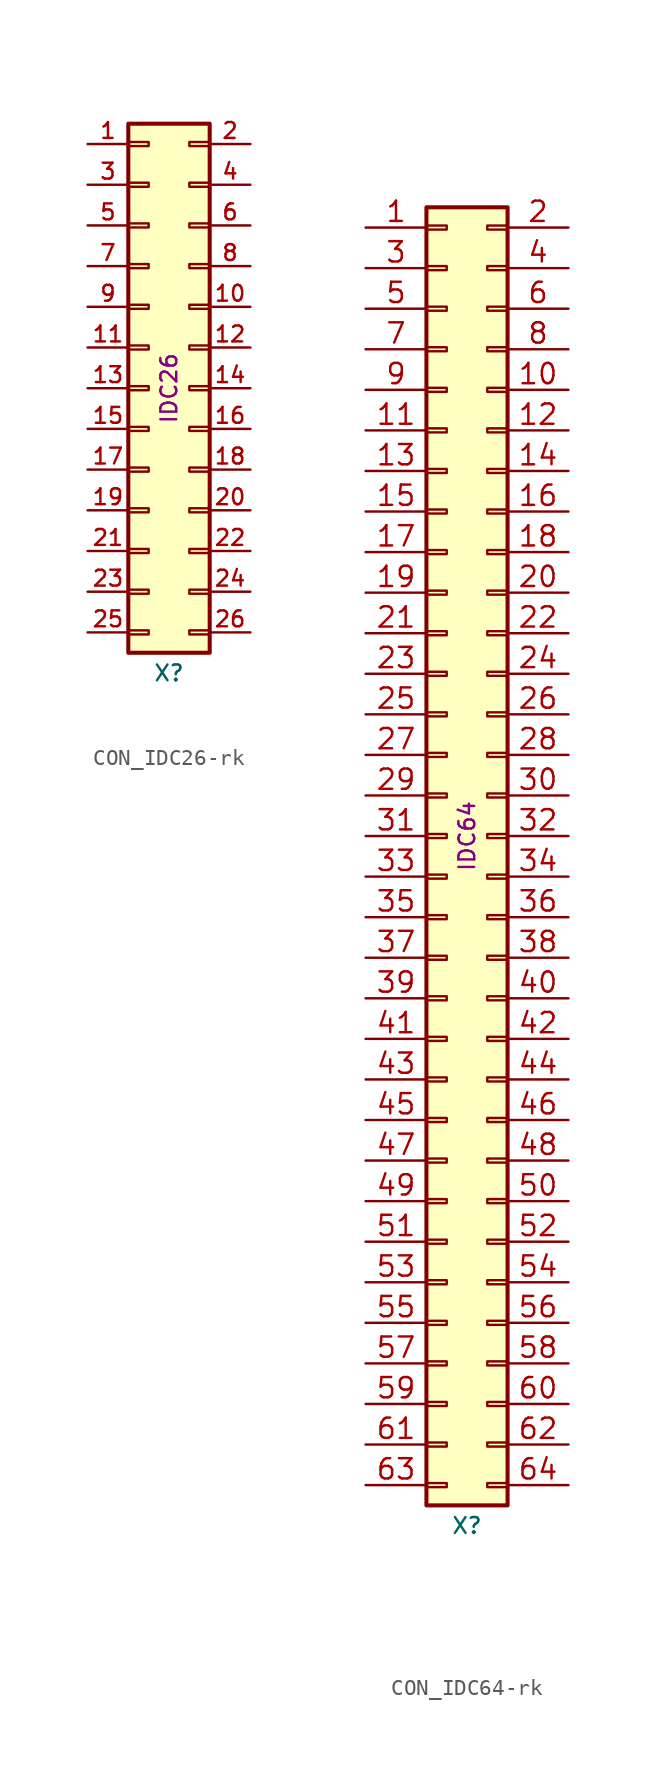
<source format=kicad_sym>
(kicad_symbol_lib
  (version 20211014)
  (generator kicad_symbol_editor)
  (symbol "CON_IDC26-rk"
    (pin_names
      (offset 1.016) hide)
    (property "Reference" "X"
      (at 0 -17.78 0)
      (effects (font (size 0.991 0.991))))
    (property "Value1" "IDC26"
      (at 0 0 90)
      (effects (font (size 0.991 0.991))))
    (symbol "CON_IDC26-rk_1_1"
      (rectangle (start -2.54 -15.113) (end -1.27 -15.367) (stroke (width 0.152) (type default) (color 0 0 0 0)) (fill (type none)))
      (rectangle (start -2.54 -12.573) (end -1.27 -12.827) (stroke (width 0.152) (type default) (color 0 0 0 0)) (fill (type none)))
      (rectangle (start -2.54 -10.033) (end -1.27 -10.287) (stroke (width 0.152) (type default) (color 0 0 0 0)) (fill (type none)))
      (rectangle (start -2.54 -7.493) (end -1.27 -7.747) (stroke (width 0.152) (type default) (color 0 0 0 0)) (fill (type none)))
      (rectangle (start -2.54 -4.953) (end -1.27 -5.207) (stroke (width 0.152) (type default) (color 0 0 0 0)) (fill (type none)))
      (rectangle (start -2.54 -2.413) (end -1.27 -2.667) (stroke (width 0.152) (type default) (color 0 0 0 0)) (fill (type none)))
      (rectangle (start -2.54 0.127) (end -1.27 -0.127) (stroke (width 0.152) (type default) (color 0 0 0 0)) (fill (type none)))
      (rectangle (start -2.54 2.667) (end -1.27 2.413) (stroke (width 0.152) (type default) (color 0 0 0 0)) (fill (type none)))
      (rectangle (start -2.54 5.207) (end -1.27 4.953) (stroke (width 0.152) (type default) (color 0 0 0 0)) (fill (type none)))
      (rectangle (start -2.54 7.747) (end -1.27 7.493) (stroke (width 0.152) (type default) (color 0 0 0 0)) (fill (type none)))
      (rectangle (start -2.54 10.287) (end -1.27 10.033) (stroke (width 0.152) (type default) (color 0 0 0 0)) (fill (type none)))
      (rectangle (start -2.54 12.827) (end -1.27 12.573) (stroke (width 0.152) (type default) (color 0 0 0 0)) (fill (type none)))
      (rectangle (start -2.54 15.367) (end -1.27 15.113) (stroke (width 0.152) (type default) (color 0 0 0 0)) (fill (type none)))
      (rectangle (start -2.54 16.51) (end 2.54 -16.51) (stroke (width 0.254) (type default) (color 0 0 0 0)) (fill (type background)))
      (rectangle (start 2.54 -15.113) (end 1.27 -15.367) (stroke (width 0.152) (type default) (color 0 0 0 0)) (fill (type none)))
      (rectangle (start 2.54 -12.573) (end 1.27 -12.827) (stroke (width 0.152) (type default) (color 0 0 0 0)) (fill (type none)))
      (rectangle (start 2.54 -10.033) (end 1.27 -10.287) (stroke (width 0.152) (type default) (color 0 0 0 0)) (fill (type none)))
      (rectangle (start 2.54 -7.493) (end 1.27 -7.747) (stroke (width 0.152) (type default) (color 0 0 0 0)) (fill (type none)))
      (rectangle (start 2.54 -4.953) (end 1.27 -5.207) (stroke (width 0.152) (type default) (color 0 0 0 0)) (fill (type none)))
      (rectangle (start 2.54 -2.413) (end 1.27 -2.667) (stroke (width 0.152) (type default) (color 0 0 0 0)) (fill (type none)))
      (rectangle (start 2.54 0.127) (end 1.27 -0.127) (stroke (width 0.152) (type default) (color 0 0 0 0)) (fill (type none)))
      (rectangle (start 2.54 2.667) (end 1.27 2.413) (stroke (width 0.152) (type default) (color 0 0 0 0)) (fill (type none)))
      (rectangle (start 2.54 5.207) (end 1.27 4.953) (stroke (width 0.152) (type default) (color 0 0 0 0)) (fill (type none)))
      (rectangle (start 2.54 7.747) (end 1.27 7.493) (stroke (width 0.152) (type default) (color 0 0 0 0)) (fill (type none)))
      (rectangle (start 2.54 10.287) (end 1.27 10.033) (stroke (width 0.152) (type default) (color 0 0 0 0)) (fill (type none)))
      (rectangle (start 2.54 12.827) (end 1.27 12.573) (stroke (width 0.152) (type default) (color 0 0 0 0)) (fill (type none)))
      (rectangle (start 2.54 15.367) (end 1.27 15.113) (stroke (width 0.152) (type default) (color 0 0 0 0)) (fill (type none)))
      (pin passive line (at -5.08 15.24 0) (length 2.54) (name "Pin_1" (effects (font (size 0.991 0.991)))) (number "1" (effects (font (size 0.991 0.991)))))
      (pin passive line (at 5.08 5.08 180) (length 2.54) (name "Pin_10" (effects (font (size 0.991 0.991)))) (number "10" (effects (font (size 0.991 0.991)))))
      (pin passive line (at -5.08 2.54 0) (length 2.54) (name "Pin_11" (effects (font (size 0.991 0.991)))) (number "11" (effects (font (size 0.991 0.991)))))
      (pin passive line (at 5.08 2.54 180) (length 2.54) (name "Pin_12" (effects (font (size 0.991 0.991)))) (number "12" (effects (font (size 0.991 0.991)))))
      (pin passive line (at -5.08 0 0) (length 2.54) (name "Pin_13" (effects (font (size 0.991 0.991)))) (number "13" (effects (font (size 0.991 0.991)))))
      (pin passive line (at 5.08 0 180) (length 2.54) (name "Pin_14" (effects (font (size 0.991 0.991)))) (number "14" (effects (font (size 0.991 0.991)))))
      (pin passive line (at -5.08 -2.54 0) (length 2.54) (name "Pin_15" (effects (font (size 0.991 0.991)))) (number "15" (effects (font (size 0.991 0.991)))))
      (pin passive line (at 5.08 -2.54 180) (length 2.54) (name "Pin_16" (effects (font (size 0.991 0.991)))) (number "16" (effects (font (size 0.991 0.991)))))
      (pin passive line (at -5.08 -5.08 0) (length 2.54) (name "Pin_17" (effects (font (size 0.991 0.991)))) (number "17" (effects (font (size 0.991 0.991)))))
      (pin passive line (at 5.08 -5.08 180) (length 2.54) (name "Pin_18" (effects (font (size 0.991 0.991)))) (number "18" (effects (font (size 0.991 0.991)))))
      (pin passive line (at -5.08 -7.62 0) (length 2.54) (name "Pin_19" (effects (font (size 0.991 0.991)))) (number "19" (effects (font (size 0.991 0.991)))))
      (pin passive line (at 5.08 15.24 180) (length 2.54) (name "Pin_2" (effects (font (size 0.991 0.991)))) (number "2" (effects (font (size 0.991 0.991)))))
      (pin passive line (at 5.08 -7.62 180) (length 2.54) (name "Pin_20" (effects (font (size 0.991 0.991)))) (number "20" (effects (font (size 0.991 0.991)))))
      (pin passive line (at -5.08 -10.16 0) (length 2.54) (name "Pin_21" (effects (font (size 0.991 0.991)))) (number "21" (effects (font (size 0.991 0.991)))))
      (pin passive line (at 5.08 -10.16 180) (length 2.54) (name "Pin_22" (effects (font (size 0.991 0.991)))) (number "22" (effects (font (size 0.991 0.991)))))
      (pin passive line (at -5.08 -12.7 0) (length 2.54) (name "Pin_23" (effects (font (size 0.991 0.991)))) (number "23" (effects (font (size 0.991 0.991)))))
      (pin passive line (at 5.08 -12.7 180) (length 2.54) (name "Pin_24" (effects (font (size 0.991 0.991)))) (number "24" (effects (font (size 0.991 0.991)))))
      (pin passive line (at -5.08 -15.24 0) (length 2.54) (name "Pin_25" (effects (font (size 0.991 0.991)))) (number "25" (effects (font (size 0.991 0.991)))))
      (pin passive line (at 5.08 -15.24 180) (length 2.54) (name "Pin_26" (effects (font (size 0.991 0.991)))) (number "26" (effects (font (size 0.991 0.991)))))
      (pin passive line (at -5.08 12.7 0) (length 2.54) (name "Pin_3" (effects (font (size 0.991 0.991)))) (number "3" (effects (font (size 0.991 0.991)))))
      (pin passive line (at 5.08 12.7 180) (length 2.54) (name "Pin_4" (effects (font (size 0.991 0.991)))) (number "4" (effects (font (size 0.991 0.991)))))
      (pin passive line (at -5.08 10.16 0) (length 2.54) (name "Pin_5" (effects (font (size 0.991 0.991)))) (number "5" (effects (font (size 0.991 0.991)))))
      (pin passive line (at 5.08 10.16 180) (length 2.54) (name "Pin_6" (effects (font (size 0.991 0.991)))) (number "6" (effects (font (size 0.991 0.991)))))
      (pin passive line (at -5.08 7.62 0) (length 2.54) (name "Pin_7" (effects (font (size 0.991 0.991)))) (number "7" (effects (font (size 0.991 0.991)))))
      (pin passive line (at 5.08 7.62 180) (length 2.54) (name "Pin_8" (effects (font (size 0.991 0.991)))) (number "8" (effects (font (size 0.991 0.991)))))
      (pin passive line (at -5.08 5.08 0) (length 2.54) (name "Pin_9" (effects (font (size 0.991 0.991)))) (number "9" (effects (font (size 0.991 0.991)))))))
  (symbol "CON_IDC64-rk"
    (pin_names
      (offset 1.016) hide)
    (property "Reference" "X"
      (at 0 -43.18 0)
      (effects (font (size 0.991 0.991))))
    (property "Value1" "IDC64"
      (at 0 0 90)
      (effects (font (size 0.991 0.991))))
    (symbol "CON_IDC64-rk_1_1"
      (rectangle (start -2.54 -40.513) (end -1.27 -40.767) (stroke (width 0.152) (type default) (color 0 0 0 0)) (fill (type none)))
      (rectangle (start -2.54 -37.973) (end -1.27 -38.227) (stroke (width 0.152) (type default) (color 0 0 0 0)) (fill (type none)))
      (rectangle (start -2.54 -35.433) (end -1.27 -35.687) (stroke (width 0.152) (type default) (color 0 0 0 0)) (fill (type none)))
      (rectangle (start -2.54 -32.893) (end -1.27 -33.147) (stroke (width 0.152) (type default) (color 0 0 0 0)) (fill (type none)))
      (rectangle (start -2.54 -30.353) (end -1.27 -30.607) (stroke (width 0.152) (type default) (color 0 0 0 0)) (fill (type none)))
      (rectangle (start -2.54 -27.813) (end -1.27 -28.067) (stroke (width 0.152) (type default) (color 0 0 0 0)) (fill (type none)))
      (rectangle (start -2.54 -25.273) (end -1.27 -25.527) (stroke (width 0.152) (type default) (color 0 0 0 0)) (fill (type none)))
      (rectangle (start -2.54 -22.733) (end -1.27 -22.987) (stroke (width 0.152) (type default) (color 0 0 0 0)) (fill (type none)))
      (rectangle (start -2.54 -20.193) (end -1.27 -20.447) (stroke (width 0.152) (type default) (color 0 0 0 0)) (fill (type none)))
      (rectangle (start -2.54 -17.653) (end -1.27 -17.907) (stroke (width 0.152) (type default) (color 0 0 0 0)) (fill (type none)))
      (rectangle (start -2.54 -15.113) (end -1.27 -15.367) (stroke (width 0.152) (type default) (color 0 0 0 0)) (fill (type none)))
      (rectangle (start -2.54 -12.573) (end -1.27 -12.827) (stroke (width 0.152) (type default) (color 0 0 0 0)) (fill (type none)))
      (rectangle (start -2.54 -10.033) (end -1.27 -10.287) (stroke (width 0.152) (type default) (color 0 0 0 0)) (fill (type none)))
      (rectangle (start -2.54 -7.493) (end -1.27 -7.747) (stroke (width 0.152) (type default) (color 0 0 0 0)) (fill (type none)))
      (rectangle (start -2.54 -4.953) (end -1.27 -5.207) (stroke (width 0.152) (type default) (color 0 0 0 0)) (fill (type none)))
      (rectangle (start -2.54 -2.413) (end -1.27 -2.667) (stroke (width 0.152) (type default) (color 0 0 0 0)) (fill (type none)))
      (rectangle (start -2.54 0.127) (end -1.27 -0.127) (stroke (width 0.152) (type default) (color 0 0 0 0)) (fill (type none)))
      (rectangle (start -2.54 2.667) (end -1.27 2.413) (stroke (width 0.152) (type default) (color 0 0 0 0)) (fill (type none)))
      (rectangle (start -2.54 5.207) (end -1.27 4.953) (stroke (width 0.152) (type default) (color 0 0 0 0)) (fill (type none)))
      (rectangle (start -2.54 7.747) (end -1.27 7.493) (stroke (width 0.152) (type default) (color 0 0 0 0)) (fill (type none)))
      (rectangle (start -2.54 10.287) (end -1.27 10.033) (stroke (width 0.152) (type default) (color 0 0 0 0)) (fill (type none)))
      (rectangle (start -2.54 12.827) (end -1.27 12.573) (stroke (width 0.152) (type default) (color 0 0 0 0)) (fill (type none)))
      (rectangle (start -2.54 15.367) (end -1.27 15.113) (stroke (width 0.152) (type default) (color 0 0 0 0)) (fill (type none)))
      (rectangle (start -2.54 17.907) (end -1.27 17.653) (stroke (width 0.152) (type default) (color 0 0 0 0)) (fill (type none)))
      (rectangle (start -2.54 20.447) (end -1.27 20.193) (stroke (width 0.152) (type default) (color 0 0 0 0)) (fill (type none)))
      (rectangle (start -2.54 22.987) (end -1.27 22.733) (stroke (width 0.152) (type default) (color 0 0 0 0)) (fill (type none)))
      (rectangle (start -2.54 25.527) (end -1.27 25.273) (stroke (width 0.152) (type default) (color 0 0 0 0)) (fill (type none)))
      (rectangle (start -2.54 28.067) (end -1.27 27.813) (stroke (width 0.152) (type default) (color 0 0 0 0)) (fill (type none)))
      (rectangle (start -2.54 30.607) (end -1.27 30.353) (stroke (width 0.152) (type default) (color 0 0 0 0)) (fill (type none)))
      (rectangle (start -2.54 33.147) (end -1.27 32.893) (stroke (width 0.152) (type default) (color 0 0 0 0)) (fill (type none)))
      (rectangle (start -2.54 35.687) (end -1.27 35.433) (stroke (width 0.152) (type default) (color 0 0 0 0)) (fill (type none)))
      (rectangle (start -2.54 38.227) (end -1.27 37.973) (stroke (width 0.152) (type default) (color 0 0 0 0)) (fill (type none)))
      (rectangle (start -2.54 39.37) (end 2.54 -41.91) (stroke (width 0.254) (type default) (color 0 0 0 0)) (fill (type background)))
      (rectangle (start 2.54 -40.513) (end 1.27 -40.767) (stroke (width 0.152) (type default) (color 0 0 0 0)) (fill (type none)))
      (rectangle (start 2.54 -37.973) (end 1.27 -38.227) (stroke (width 0.152) (type default) (color 0 0 0 0)) (fill (type none)))
      (rectangle (start 2.54 -35.433) (end 1.27 -35.687) (stroke (width 0.152) (type default) (color 0 0 0 0)) (fill (type none)))
      (rectangle (start 2.54 -32.893) (end 1.27 -33.147) (stroke (width 0.152) (type default) (color 0 0 0 0)) (fill (type none)))
      (rectangle (start 2.54 -30.353) (end 1.27 -30.607) (stroke (width 0.152) (type default) (color 0 0 0 0)) (fill (type none)))
      (rectangle (start 2.54 -27.813) (end 1.27 -28.067) (stroke (width 0.152) (type default) (color 0 0 0 0)) (fill (type none)))
      (rectangle (start 2.54 -25.273) (end 1.27 -25.527) (stroke (width 0.152) (type default) (color 0 0 0 0)) (fill (type none)))
      (rectangle (start 2.54 -22.733) (end 1.27 -22.987) (stroke (width 0.152) (type default) (color 0 0 0 0)) (fill (type none)))
      (rectangle (start 2.54 -20.193) (end 1.27 -20.447) (stroke (width 0.152) (type default) (color 0 0 0 0)) (fill (type none)))
      (rectangle (start 2.54 -17.653) (end 1.27 -17.907) (stroke (width 0.152) (type default) (color 0 0 0 0)) (fill (type none)))
      (rectangle (start 2.54 -15.113) (end 1.27 -15.367) (stroke (width 0.152) (type default) (color 0 0 0 0)) (fill (type none)))
      (rectangle (start 2.54 -12.573) (end 1.27 -12.827) (stroke (width 0.152) (type default) (color 0 0 0 0)) (fill (type none)))
      (rectangle (start 2.54 -10.033) (end 1.27 -10.287) (stroke (width 0.152) (type default) (color 0 0 0 0)) (fill (type none)))
      (rectangle (start 2.54 -7.493) (end 1.27 -7.747) (stroke (width 0.152) (type default) (color 0 0 0 0)) (fill (type none)))
      (rectangle (start 2.54 -4.953) (end 1.27 -5.207) (stroke (width 0.152) (type default) (color 0 0 0 0)) (fill (type none)))
      (rectangle (start 2.54 -2.413) (end 1.27 -2.667) (stroke (width 0.152) (type default) (color 0 0 0 0)) (fill (type none)))
      (rectangle (start 2.54 0.127) (end 1.27 -0.127) (stroke (width 0.152) (type default) (color 0 0 0 0)) (fill (type none)))
      (rectangle (start 2.54 2.667) (end 1.27 2.413) (stroke (width 0.152) (type default) (color 0 0 0 0)) (fill (type none)))
      (rectangle (start 2.54 5.207) (end 1.27 4.953) (stroke (width 0.152) (type default) (color 0 0 0 0)) (fill (type none)))
      (rectangle (start 2.54 7.747) (end 1.27 7.493) (stroke (width 0.152) (type default) (color 0 0 0 0)) (fill (type none)))
      (rectangle (start 2.54 10.287) (end 1.27 10.033) (stroke (width 0.152) (type default) (color 0 0 0 0)) (fill (type none)))
      (rectangle (start 2.54 12.827) (end 1.27 12.573) (stroke (width 0.152) (type default) (color 0 0 0 0)) (fill (type none)))
      (rectangle (start 2.54 15.367) (end 1.27 15.113) (stroke (width 0.152) (type default) (color 0 0 0 0)) (fill (type none)))
      (rectangle (start 2.54 17.907) (end 1.27 17.653) (stroke (width 0.152) (type default) (color 0 0 0 0)) (fill (type none)))
      (rectangle (start 2.54 20.447) (end 1.27 20.193) (stroke (width 0.152) (type default) (color 0 0 0 0)) (fill (type none)))
      (rectangle (start 2.54 22.987) (end 1.27 22.733) (stroke (width 0.152) (type default) (color 0 0 0 0)) (fill (type none)))
      (rectangle (start 2.54 25.527) (end 1.27 25.273) (stroke (width 0.152) (type default) (color 0 0 0 0)) (fill (type none)))
      (rectangle (start 2.54 28.067) (end 1.27 27.813) (stroke (width 0.152) (type default) (color 0 0 0 0)) (fill (type none)))
      (rectangle (start 2.54 30.607) (end 1.27 30.353) (stroke (width 0.152) (type default) (color 0 0 0 0)) (fill (type none)))
      (rectangle (start 2.54 33.147) (end 1.27 32.893) (stroke (width 0.152) (type default) (color 0 0 0 0)) (fill (type none)))
      (rectangle (start 2.54 35.687) (end 1.27 35.433) (stroke (width 0.152) (type default) (color 0 0 0 0)) (fill (type none)))
      (rectangle (start 2.54 38.227) (end 1.27 37.973) (stroke (width 0.152) (type default) (color 0 0 0 0)) (fill (type none)))
      (pin passive line (at -6.35 38.1 0) (length 3.81) (name "Pin_1" (effects (font (size 1.27 1.27)))) (number "1" (effects (font (size 1.27 1.27)))))
      (pin passive line (at 6.35 27.94 180) (length 3.81) (name "Pin_10" (effects (font (size 1.27 1.27)))) (number "10" (effects (font (size 1.27 1.27)))))
      (pin passive line (at -6.35 25.4 0) (length 3.81) (name "Pin_11" (effects (font (size 1.27 1.27)))) (number "11" (effects (font (size 1.27 1.27)))))
      (pin passive line (at 6.35 25.4 180) (length 3.81) (name "Pin_12" (effects (font (size 1.27 1.27)))) (number "12" (effects (font (size 1.27 1.27)))))
      (pin passive line (at -6.35 22.86 0) (length 3.81) (name "Pin_13" (effects (font (size 1.27 1.27)))) (number "13" (effects (font (size 1.27 1.27)))))
      (pin passive line (at 6.35 22.86 180) (length 3.81) (name "Pin_14" (effects (font (size 1.27 1.27)))) (number "14" (effects (font (size 1.27 1.27)))))
      (pin passive line (at -6.35 20.32 0) (length 3.81) (name "Pin_15" (effects (font (size 1.27 1.27)))) (number "15" (effects (font (size 1.27 1.27)))))
      (pin passive line (at 6.35 20.32 180) (length 3.81) (name "Pin_16" (effects (font (size 1.27 1.27)))) (number "16" (effects (font (size 1.27 1.27)))))
      (pin passive line (at -6.35 17.78 0) (length 3.81) (name "Pin_17" (effects (font (size 1.27 1.27)))) (number "17" (effects (font (size 1.27 1.27)))))
      (pin passive line (at 6.35 17.78 180) (length 3.81) (name "Pin_18" (effects (font (size 1.27 1.27)))) (number "18" (effects (font (size 1.27 1.27)))))
      (pin passive line (at -6.35 15.24 0) (length 3.81) (name "Pin_19" (effects (font (size 1.27 1.27)))) (number "19" (effects (font (size 1.27 1.27)))))
      (pin passive line (at 6.35 38.1 180) (length 3.81) (name "Pin_2" (effects (font (size 1.27 1.27)))) (number "2" (effects (font (size 1.27 1.27)))))
      (pin passive line (at 6.35 15.24 180) (length 3.81) (name "Pin_20" (effects (font (size 1.27 1.27)))) (number "20" (effects (font (size 1.27 1.27)))))
      (pin passive line (at -6.35 12.7 0) (length 3.81) (name "Pin_21" (effects (font (size 1.27 1.27)))) (number "21" (effects (font (size 1.27 1.27)))))
      (pin passive line (at 6.35 12.7 180) (length 3.81) (name "Pin_22" (effects (font (size 1.27 1.27)))) (number "22" (effects (font (size 1.27 1.27)))))
      (pin passive line (at -6.35 10.16 0) (length 3.81) (name "Pin_23" (effects (font (size 1.27 1.27)))) (number "23" (effects (font (size 1.27 1.27)))))
      (pin passive line (at 6.35 10.16 180) (length 3.81) (name "Pin_24" (effects (font (size 1.27 1.27)))) (number "24" (effects (font (size 1.27 1.27)))))
      (pin passive line (at -6.35 7.62 0) (length 3.81) (name "Pin_25" (effects (font (size 1.27 1.27)))) (number "25" (effects (font (size 1.27 1.27)))))
      (pin passive line (at 6.35 7.62 180) (length 3.81) (name "Pin_26" (effects (font (size 1.27 1.27)))) (number "26" (effects (font (size 1.27 1.27)))))
      (pin passive line (at -6.35 5.08 0) (length 3.81) (name "Pin_27" (effects (font (size 1.27 1.27)))) (number "27" (effects (font (size 1.27 1.27)))))
      (pin passive line (at 6.35 5.08 180) (length 3.81) (name "Pin_28" (effects (font (size 1.27 1.27)))) (number "28" (effects (font (size 1.27 1.27)))))
      (pin passive line (at -6.35 2.54 0) (length 3.81) (name "Pin_29" (effects (font (size 1.27 1.27)))) (number "29" (effects (font (size 1.27 1.27)))))
      (pin passive line (at -6.35 35.56 0) (length 3.81) (name "Pin_3" (effects (font (size 1.27 1.27)))) (number "3" (effects (font (size 1.27 1.27)))))
      (pin passive line (at 6.35 2.54 180) (length 3.81) (name "Pin_30" (effects (font (size 1.27 1.27)))) (number "30" (effects (font (size 1.27 1.27)))))
      (pin passive line (at -6.35 0 0) (length 3.81) (name "Pin_31" (effects (font (size 1.27 1.27)))) (number "31" (effects (font (size 1.27 1.27)))))
      (pin passive line (at 6.35 0 180) (length 3.81) (name "Pin_32" (effects (font (size 1.27 1.27)))) (number "32" (effects (font (size 1.27 1.27)))))
      (pin passive line (at -6.35 -2.54 0) (length 3.81) (name "Pin_33" (effects (font (size 1.27 1.27)))) (number "33" (effects (font (size 1.27 1.27)))))
      (pin passive line (at 6.35 -2.54 180) (length 3.81) (name "Pin_34" (effects (font (size 1.27 1.27)))) (number "34" (effects (font (size 1.27 1.27)))))
      (pin passive line (at -6.35 -5.08 0) (length 3.81) (name "Pin_35" (effects (font (size 1.27 1.27)))) (number "35" (effects (font (size 1.27 1.27)))))
      (pin passive line (at 6.35 -5.08 180) (length 3.81) (name "Pin_36" (effects (font (size 1.27 1.27)))) (number "36" (effects (font (size 1.27 1.27)))))
      (pin passive line (at -6.35 -7.62 0) (length 3.81) (name "Pin_37" (effects (font (size 1.27 1.27)))) (number "37" (effects (font (size 1.27 1.27)))))
      (pin passive line (at 6.35 -7.62 180) (length 3.81) (name "Pin_38" (effects (font (size 1.27 1.27)))) (number "38" (effects (font (size 1.27 1.27)))))
      (pin passive line (at -6.35 -10.16 0) (length 3.81) (name "Pin_39" (effects (font (size 1.27 1.27)))) (number "39" (effects (font (size 1.27 1.27)))))
      (pin passive line (at 6.35 35.56 180) (length 3.81) (name "Pin_4" (effects (font (size 1.27 1.27)))) (number "4" (effects (font (size 1.27 1.27)))))
      (pin passive line (at 6.35 -10.16 180) (length 3.81) (name "Pin_40" (effects (font (size 1.27 1.27)))) (number "40" (effects (font (size 1.27 1.27)))))
      (pin passive line (at -6.35 -12.7 0) (length 3.81) (name "Pin_41" (effects (font (size 1.27 1.27)))) (number "41" (effects (font (size 1.27 1.27)))))
      (pin passive line (at 6.35 -12.7 180) (length 3.81) (name "Pin_42" (effects (font (size 1.27 1.27)))) (number "42" (effects (font (size 1.27 1.27)))))
      (pin passive line (at -6.35 -15.24 0) (length 3.81) (name "Pin_43" (effects (font (size 1.27 1.27)))) (number "43" (effects (font (size 1.27 1.27)))))
      (pin passive line (at 6.35 -15.24 180) (length 3.81) (name "Pin_44" (effects (font (size 1.27 1.27)))) (number "44" (effects (font (size 1.27 1.27)))))
      (pin passive line (at -6.35 -17.78 0) (length 3.81) (name "Pin_45" (effects (font (size 1.27 1.27)))) (number "45" (effects (font (size 1.27 1.27)))))
      (pin passive line (at 6.35 -17.78 180) (length 3.81) (name "Pin_46" (effects (font (size 1.27 1.27)))) (number "46" (effects (font (size 1.27 1.27)))))
      (pin passive line (at -6.35 -20.32 0) (length 3.81) (name "Pin_47" (effects (font (size 1.27 1.27)))) (number "47" (effects (font (size 1.27 1.27)))))
      (pin passive line (at 6.35 -20.32 180) (length 3.81) (name "Pin_48" (effects (font (size 1.27 1.27)))) (number "48" (effects (font (size 1.27 1.27)))))
      (pin passive line (at -6.35 -22.86 0) (length 3.81) (name "Pin_49" (effects (font (size 1.27 1.27)))) (number "49" (effects (font (size 1.27 1.27)))))
      (pin passive line (at -6.35 33.02 0) (length 3.81) (name "Pin_5" (effects (font (size 1.27 1.27)))) (number "5" (effects (font (size 1.27 1.27)))))
      (pin passive line (at 6.35 -22.86 180) (length 3.81) (name "Pin_50" (effects (font (size 1.27 1.27)))) (number "50" (effects (font (size 1.27 1.27)))))
      (pin passive line (at -6.35 -25.4 0) (length 3.81) (name "Pin_51" (effects (font (size 1.27 1.27)))) (number "51" (effects (font (size 1.27 1.27)))))
      (pin passive line (at 6.35 -25.4 180) (length 3.81) (name "Pin_52" (effects (font (size 1.27 1.27)))) (number "52" (effects (font (size 1.27 1.27)))))
      (pin passive line (at -6.35 -27.94 0) (length 3.81) (name "Pin_53" (effects (font (size 1.27 1.27)))) (number "53" (effects (font (size 1.27 1.27)))))
      (pin passive line (at 6.35 -27.94 180) (length 3.81) (name "Pin_54" (effects (font (size 1.27 1.27)))) (number "54" (effects (font (size 1.27 1.27)))))
      (pin passive line (at -6.35 -30.48 0) (length 3.81) (name "Pin_55" (effects (font (size 1.27 1.27)))) (number "55" (effects (font (size 1.27 1.27)))))
      (pin passive line (at 6.35 -30.48 180) (length 3.81) (name "Pin_56" (effects (font (size 1.27 1.27)))) (number "56" (effects (font (size 1.27 1.27)))))
      (pin passive line (at -6.35 -33.02 0) (length 3.81) (name "Pin_57" (effects (font (size 1.27 1.27)))) (number "57" (effects (font (size 1.27 1.27)))))
      (pin passive line (at 6.35 -33.02 180) (length 3.81) (name "Pin_58" (effects (font (size 1.27 1.27)))) (number "58" (effects (font (size 1.27 1.27)))))
      (pin passive line (at -6.35 -35.56 0) (length 3.81) (name "Pin_59" (effects (font (size 1.27 1.27)))) (number "59" (effects (font (size 1.27 1.27)))))
      (pin passive line (at 6.35 33.02 180) (length 3.81) (name "Pin_6" (effects (font (size 1.27 1.27)))) (number "6" (effects (font (size 1.27 1.27)))))
      (pin passive line (at 6.35 -35.56 180) (length 3.81) (name "Pin_60" (effects (font (size 1.27 1.27)))) (number "60" (effects (font (size 1.27 1.27)))))
      (pin passive line (at -6.35 -38.1 0) (length 3.81) (name "Pin_61" (effects (font (size 1.27 1.27)))) (number "61" (effects (font (size 1.27 1.27)))))
      (pin passive line (at 6.35 -38.1 180) (length 3.81) (name "Pin_62" (effects (font (size 1.27 1.27)))) (number "62" (effects (font (size 1.27 1.27)))))
      (pin passive line (at -6.35 -40.64 0) (length 3.81) (name "Pin_63" (effects (font (size 1.27 1.27)))) (number "63" (effects (font (size 1.27 1.27)))))
      (pin passive line (at 6.35 -40.64 180) (length 3.81) (name "Pin_64" (effects (font (size 1.27 1.27)))) (number "64" (effects (font (size 1.27 1.27)))))
      (pin passive line (at -6.35 30.48 0) (length 3.81) (name "Pin_7" (effects (font (size 1.27 1.27)))) (number "7" (effects (font (size 1.27 1.27)))))
      (pin passive line (at 6.35 30.48 180) (length 3.81) (name "Pin_8" (effects (font (size 1.27 1.27)))) (number "8" (effects (font (size 1.27 1.27)))))
      (pin passive line (at -6.35 27.94 0) (length 3.81) (name "Pin_9" (effects (font (size 1.27 1.27)))) (number "9" (effects (font (size 1.27 1.27))))))))
</source>
